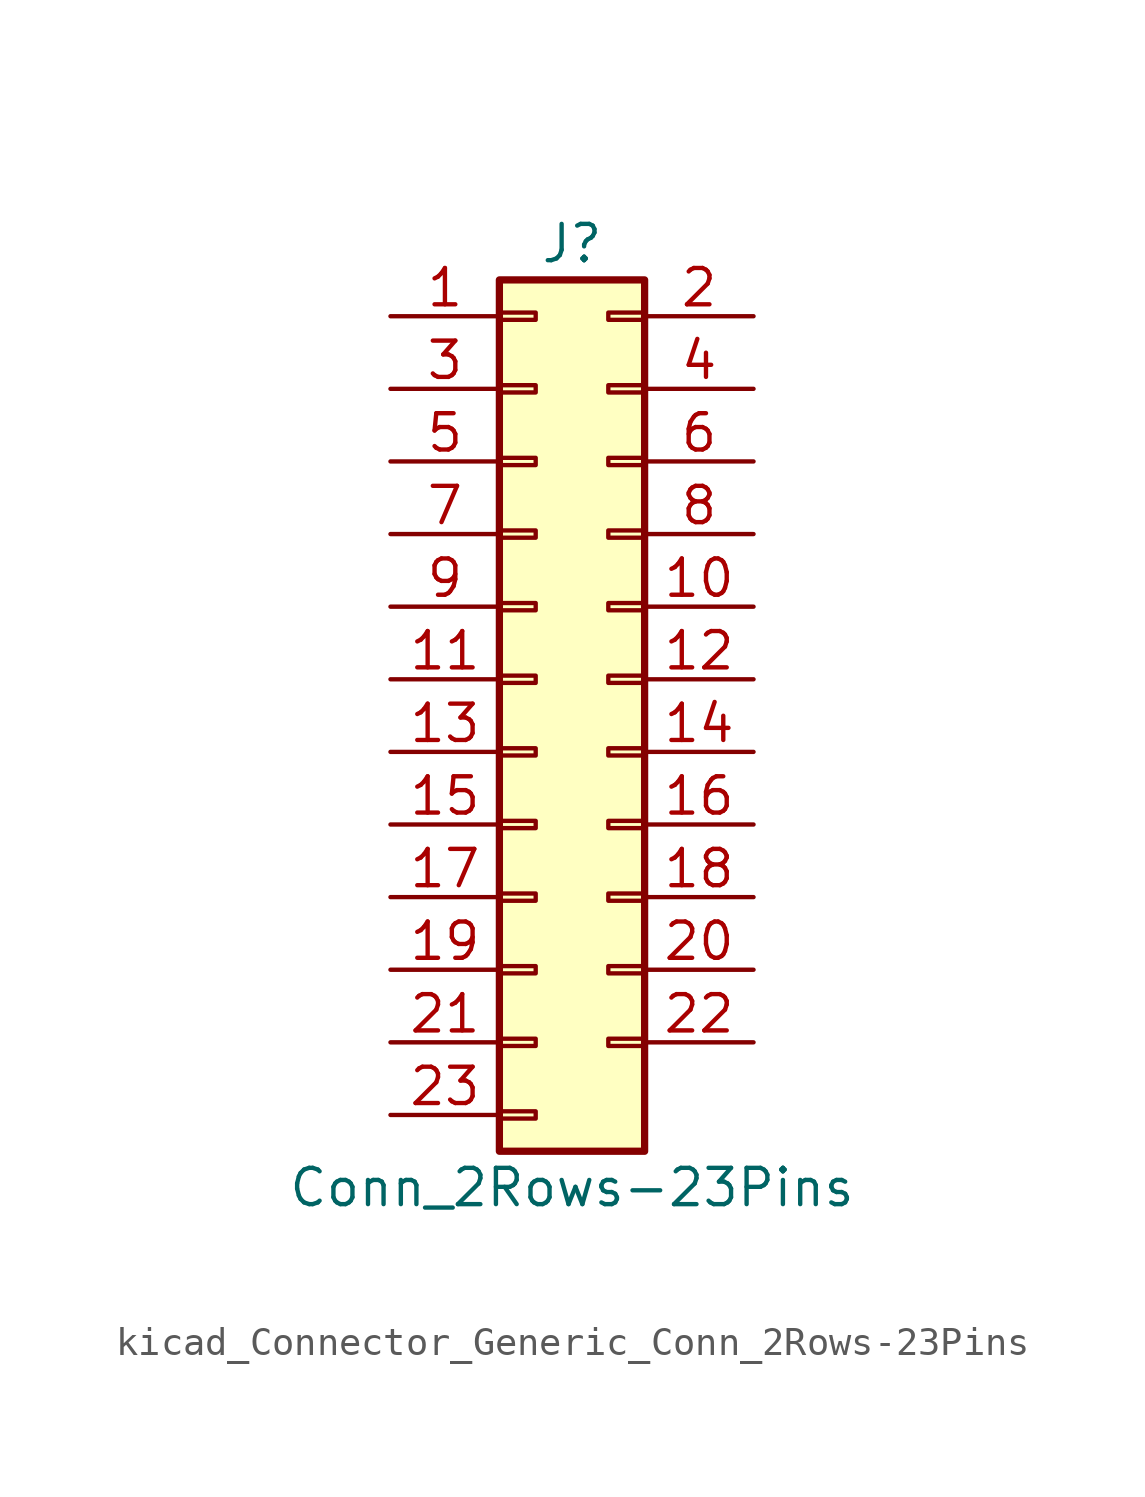
<source format=kicad_sym>
(kicad_symbol_lib
  (version 20220914)
  (generator kicad_symbol_editor)
  (symbol "kicad_Connector_Generic_Conn_2Rows-23Pins"
    (pin_names
      (offset 1.016) hide)
    (property "Reference" "J"
      (at 1.27 15.24 0)
      (effects (font (size 1.27 1.27))))
    (property "Value" "Conn_2Rows-23Pins"
      (at 1.27 -17.78 0)
      (effects (font (size 1.27 1.27))))
    (symbol "kicad_Connector_Generic_Conn_2Rows-23Pins_1_1"
      (rectangle (start -1.27 -15.113) (end 0 -15.367) (stroke (width 0.152) (type default)) (fill (type none)))
      (rectangle (start -1.27 -12.573) (end 0 -12.827) (stroke (width 0.152) (type default)) (fill (type none)))
      (rectangle (start -1.27 -10.033) (end 0 -10.287) (stroke (width 0.152) (type default)) (fill (type none)))
      (rectangle (start -1.27 -7.493) (end 0 -7.747) (stroke (width 0.152) (type default)) (fill (type none)))
      (rectangle (start -1.27 -4.953) (end 0 -5.207) (stroke (width 0.152) (type default)) (fill (type none)))
      (rectangle (start -1.27 -2.413) (end 0 -2.667) (stroke (width 0.152) (type default)) (fill (type none)))
      (rectangle (start -1.27 0.127) (end 0 -0.127) (stroke (width 0.152) (type default)) (fill (type none)))
      (rectangle (start -1.27 2.667) (end 0 2.413) (stroke (width 0.152) (type default)) (fill (type none)))
      (rectangle (start -1.27 5.207) (end 0 4.953) (stroke (width 0.152) (type default)) (fill (type none)))
      (rectangle (start -1.27 7.747) (end 0 7.493) (stroke (width 0.152) (type default)) (fill (type none)))
      (rectangle (start -1.27 10.287) (end 0 10.033) (stroke (width 0.152) (type default)) (fill (type none)))
      (rectangle (start -1.27 12.827) (end 0 12.573) (stroke (width 0.152) (type default)) (fill (type none)))
      (rectangle (start -1.27 13.97) (end 3.81 -16.51) (stroke (width 0.254) (type default)) (fill (type background)))
      (rectangle (start 3.81 -12.573) (end 2.54 -12.827) (stroke (width 0.152) (type default)) (fill (type none)))
      (rectangle (start 3.81 -10.033) (end 2.54 -10.287) (stroke (width 0.152) (type default)) (fill (type none)))
      (rectangle (start 3.81 -7.493) (end 2.54 -7.747) (stroke (width 0.152) (type default)) (fill (type none)))
      (rectangle (start 3.81 -4.953) (end 2.54 -5.207) (stroke (width 0.152) (type default)) (fill (type none)))
      (rectangle (start 3.81 -2.413) (end 2.54 -2.667) (stroke (width 0.152) (type default)) (fill (type none)))
      (rectangle (start 3.81 0.127) (end 2.54 -0.127) (stroke (width 0.152) (type default)) (fill (type none)))
      (rectangle (start 3.81 2.667) (end 2.54 2.413) (stroke (width 0.152) (type default)) (fill (type none)))
      (rectangle (start 3.81 5.207) (end 2.54 4.953) (stroke (width 0.152) (type default)) (fill (type none)))
      (rectangle (start 3.81 7.747) (end 2.54 7.493) (stroke (width 0.152) (type default)) (fill (type none)))
      (rectangle (start 3.81 10.287) (end 2.54 10.033) (stroke (width 0.152) (type default)) (fill (type none)))
      (rectangle (start 3.81 12.827) (end 2.54 12.573) (stroke (width 0.152) (type default)) (fill (type none)))
      (pin passive line (at -5.08 12.7 0) (length 3.81) (name "Pin_1" (effects (font (size 1.27 1.27)))) (number "1" (effects (font (size 1.27 1.27)))))
      (pin passive line (at 7.62 2.54 180) (length 3.81) (name "Pin_10" (effects (font (size 1.27 1.27)))) (number "10" (effects (font (size 1.27 1.27)))))
      (pin passive line (at -5.08 0 0) (length 3.81) (name "Pin_11" (effects (font (size 1.27 1.27)))) (number "11" (effects (font (size 1.27 1.27)))))
      (pin passive line (at 7.62 0 180) (length 3.81) (name "Pin_12" (effects (font (size 1.27 1.27)))) (number "12" (effects (font (size 1.27 1.27)))))
      (pin passive line (at -5.08 -2.54 0) (length 3.81) (name "Pin_13" (effects (font (size 1.27 1.27)))) (number "13" (effects (font (size 1.27 1.27)))))
      (pin passive line (at 7.62 -2.54 180) (length 3.81) (name "Pin_14" (effects (font (size 1.27 1.27)))) (number "14" (effects (font (size 1.27 1.27)))))
      (pin passive line (at -5.08 -5.08 0) (length 3.81) (name "Pin_15" (effects (font (size 1.27 1.27)))) (number "15" (effects (font (size 1.27 1.27)))))
      (pin passive line (at 7.62 -5.08 180) (length 3.81) (name "Pin_16" (effects (font (size 1.27 1.27)))) (number "16" (effects (font (size 1.27 1.27)))))
      (pin passive line (at -5.08 -7.62 0) (length 3.81) (name "Pin_17" (effects (font (size 1.27 1.27)))) (number "17" (effects (font (size 1.27 1.27)))))
      (pin passive line (at 7.62 -7.62 180) (length 3.81) (name "Pin_18" (effects (font (size 1.27 1.27)))) (number "18" (effects (font (size 1.27 1.27)))))
      (pin passive line (at -5.08 -10.16 0) (length 3.81) (name "Pin_19" (effects (font (size 1.27 1.27)))) (number "19" (effects (font (size 1.27 1.27)))))
      (pin passive line (at 7.62 12.7 180) (length 3.81) (name "Pin_2" (effects (font (size 1.27 1.27)))) (number "2" (effects (font (size 1.27 1.27)))))
      (pin passive line (at 7.62 -10.16 180) (length 3.81) (name "Pin_20" (effects (font (size 1.27 1.27)))) (number "20" (effects (font (size 1.27 1.27)))))
      (pin passive line (at -5.08 -12.7 0) (length 3.81) (name "Pin_21" (effects (font (size 1.27 1.27)))) (number "21" (effects (font (size 1.27 1.27)))))
      (pin passive line (at 7.62 -12.7 180) (length 3.81) (name "Pin_22" (effects (font (size 1.27 1.27)))) (number "22" (effects (font (size 1.27 1.27)))))
      (pin passive line (at -5.08 -15.24 0) (length 3.81) (name "Pin_23" (effects (font (size 1.27 1.27)))) (number "23" (effects (font (size 1.27 1.27)))))
      (pin passive line (at -5.08 10.16 0) (length 3.81) (name "Pin_3" (effects (font (size 1.27 1.27)))) (number "3" (effects (font (size 1.27 1.27)))))
      (pin passive line (at 7.62 10.16 180) (length 3.81) (name "Pin_4" (effects (font (size 1.27 1.27)))) (number "4" (effects (font (size 1.27 1.27)))))
      (pin passive line (at -5.08 7.62 0) (length 3.81) (name "Pin_5" (effects (font (size 1.27 1.27)))) (number "5" (effects (font (size 1.27 1.27)))))
      (pin passive line (at 7.62 7.62 180) (length 3.81) (name "Pin_6" (effects (font (size 1.27 1.27)))) (number "6" (effects (font (size 1.27 1.27)))))
      (pin passive line (at -5.08 5.08 0) (length 3.81) (name "Pin_7" (effects (font (size 1.27 1.27)))) (number "7" (effects (font (size 1.27 1.27)))))
      (pin passive line (at 7.62 5.08 180) (length 3.81) (name "Pin_8" (effects (font (size 1.27 1.27)))) (number "8" (effects (font (size 1.27 1.27)))))
      (pin passive line (at -5.08 2.54 0) (length 3.81) (name "Pin_9" (effects (font (size 1.27 1.27)))) (number "9" (effects (font (size 1.27 1.27))))))))
</source>
